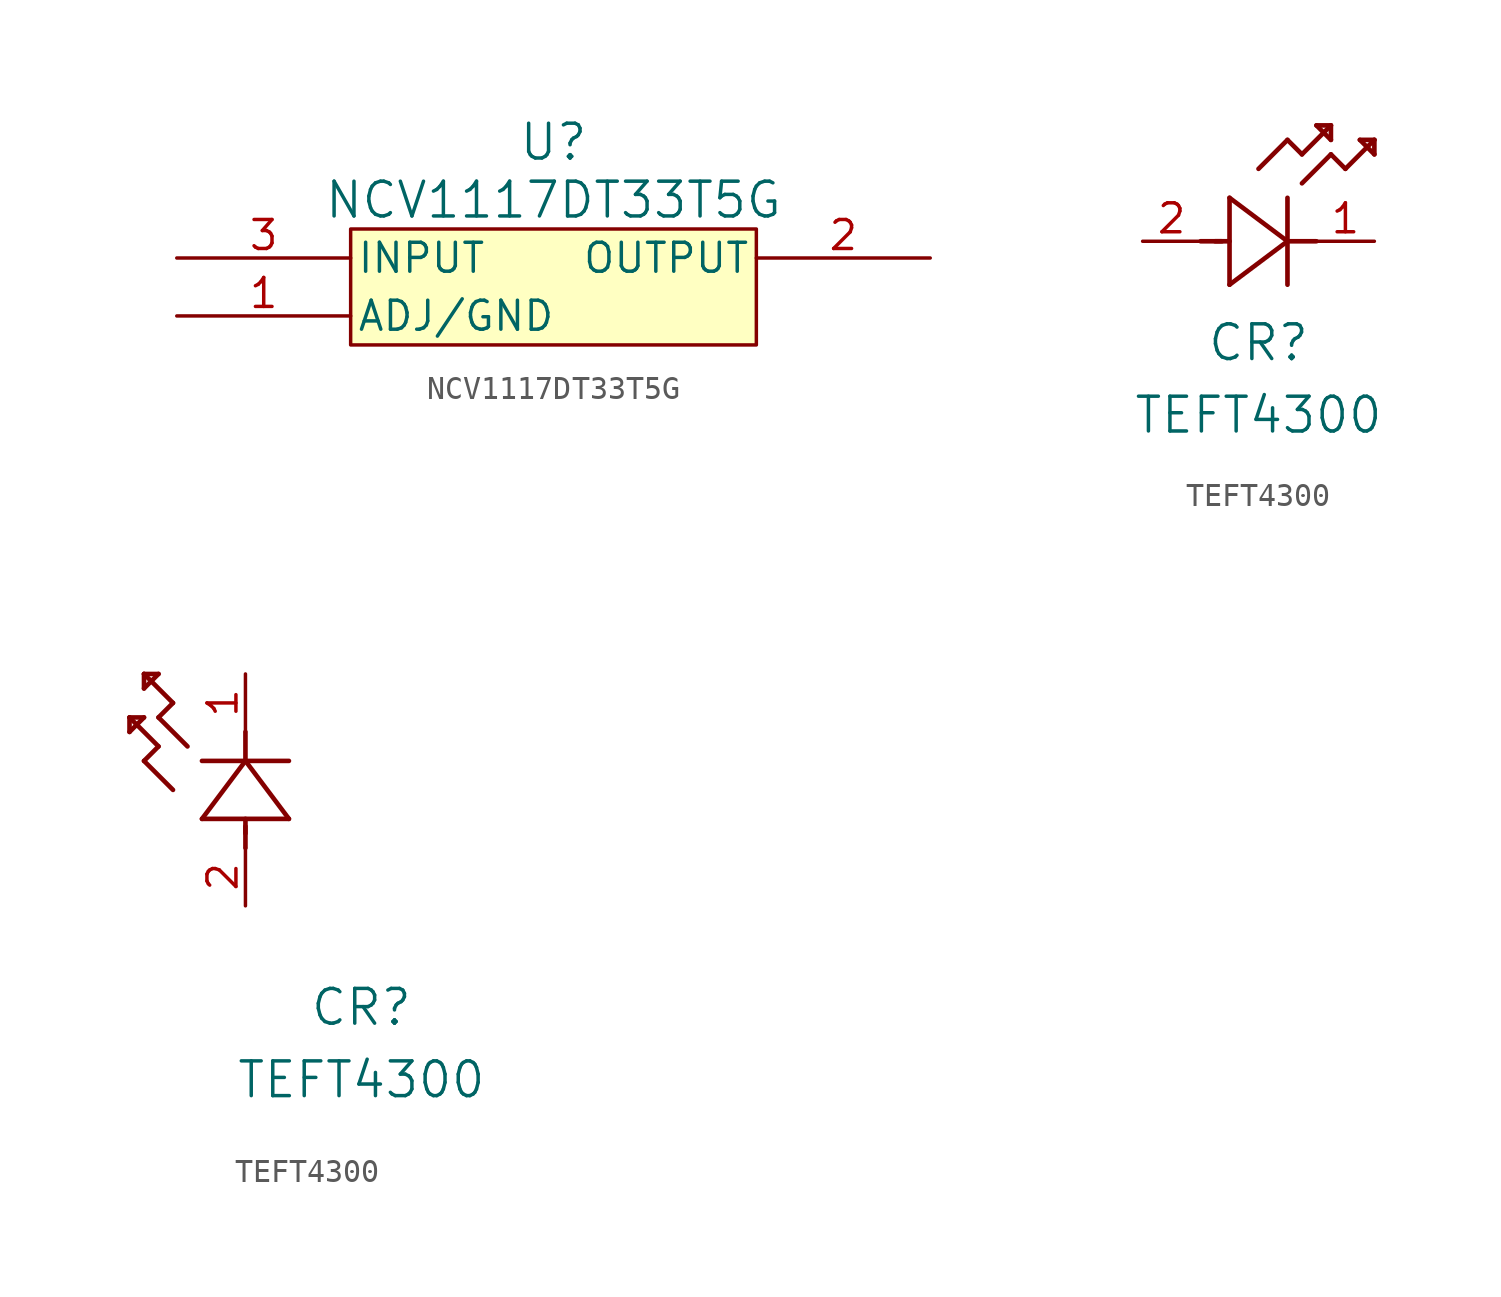
<source format=kicad_sym>
(kicad_symbol_lib
  (version 20220914)
  (generator kicad_symbol_editor)
  (symbol "NCV1117DT33T5G"
    (pin_names
      (offset 0.254))
    (property "Reference" "U"
      (at 0 6.35 0)
      (effects (font (size 1.524 1.524))))
    (property "Value" "NCV1117DT33T5G"
      (at 0 3.81 0)
      (effects (font (size 1.524 1.524))))
    (property "ki_locked" ""
      (at 0 0 0)
      (effects (font (size 1.27 1.27))))
    (symbol "NCV1117DT33T5G_0_1"
      (pin output line (at 16.51 1.27 180) (length 7.62) (name "OUTPUT" (effects (font (size 1.27 1.27)))) (number "2" (effects (font (size 1.27 1.27)))))
      (pin input line (at -16.51 1.27 0) (length 7.62) (name "INPUT" (effects (font (size 1.27 1.27)))) (number "3" (effects (font (size 1.27 1.27))))))
    (symbol "NCV1117DT33T5G_1_1"
      (rectangle (start -8.89 2.54) (end 8.89 -2.54) (stroke (width 0) (type default)) (fill (type background)))
      (pin bidirectional line (at -16.51 -1.27 0) (length 7.62) (name "ADJ/GND" (effects (font (size 1.27 1.27)))) (number "1" (effects (font (size 1.27 1.27)))))))
  (symbol "TEFT4300"
    (pin_names
      (offset 0.254))
    (property "Reference" "CR"
      (at 5.08 -4.445 0)
      (effects (font (size 1.524 1.524))))
    (property "Value" "TEFT4300"
      (at 5.08 -7.62 0)
      (effects (font (size 1.524 1.524))))
    (property "ki_locked" ""
      (at 0 0 0)
      (effects (font (size 1.27 1.27))))
    (symbol "TEFT4300_1_1"
      (polyline (pts (xy 2.54 0) (xy 3.48 0)) (stroke (width 0.203) (type default)) (fill (type none)))
      (polyline (pts (xy 3.175 0) (xy 3.81 0)) (stroke (width 0.203) (type default)) (fill (type none)))
      (polyline (pts (xy 3.81 -1.905) (xy 6.35 0)) (stroke (width 0.203) (type default)) (fill (type none)))
      (polyline (pts (xy 3.81 1.905) (xy 3.81 -1.905)) (stroke (width 0.203) (type default)) (fill (type none)))
      (polyline (pts (xy 5.08 3.175) (xy 6.35 4.445)) (stroke (width 0.203) (type default)) (fill (type none)))
      (polyline (pts (xy 6.35 -1.905) (xy 6.35 1.905)) (stroke (width 0.203) (type default)) (fill (type none)))
      (polyline (pts (xy 6.35 0) (xy 3.81 1.905)) (stroke (width 0.203) (type default)) (fill (type none)))
      (polyline (pts (xy 6.35 0) (xy 7.62 0)) (stroke (width 0.203) (type default)) (fill (type none)))
      (polyline (pts (xy 6.35 4.445) (xy 6.985 3.81)) (stroke (width 0.203) (type default)) (fill (type none)))
      (polyline (pts (xy 6.985 2.54) (xy 8.255 3.81)) (stroke (width 0.203) (type default)) (fill (type none)))
      (polyline (pts (xy 6.985 3.81) (xy 8.255 5.08)) (stroke (width 0.203) (type default)) (fill (type none)))
      (polyline (pts (xy 7.62 5.08) (xy 8.255 4.445)) (stroke (width 0.203) (type default)) (fill (type none)))
      (polyline (pts (xy 8.255 3.81) (xy 8.89 3.175)) (stroke (width 0.203) (type default)) (fill (type none)))
      (polyline (pts (xy 8.255 4.445) (xy 8.255 5.08)) (stroke (width 0.203) (type default)) (fill (type none)))
      (polyline (pts (xy 8.255 5.08) (xy 7.62 5.08)) (stroke (width 0.203) (type default)) (fill (type none)))
      (polyline (pts (xy 8.89 3.175) (xy 10.16 4.445)) (stroke (width 0.203) (type default)) (fill (type none)))
      (polyline (pts (xy 9.525 4.445) (xy 10.16 3.81)) (stroke (width 0.203) (type default)) (fill (type none)))
      (polyline (pts (xy 10.16 3.81) (xy 10.16 4.445)) (stroke (width 0.203) (type default)) (fill (type none)))
      (polyline (pts (xy 10.16 4.445) (xy 9.525 4.445)) (stroke (width 0.203) (type default)) (fill (type none)))
      (pin unspecified line (at 10.16 0 180) (length 2.54) (name "" (effects (font (size 1.27 1.27)))) (number "1" (effects (font (size 1.27 1.27)))))
      (pin unspecified line (at 0 0 0) (length 2.54) (name "" (effects (font (size 1.27 1.27)))) (number "2" (effects (font (size 1.27 1.27))))))
    (symbol "TEFT4300_1_2"
      (polyline (pts (xy -5.08 7.62) (xy -4.445 8.255)) (stroke (width 0.203) (type default)) (fill (type none)))
      (polyline (pts (xy -5.08 8.255) (xy -5.08 7.62)) (stroke (width 0.203) (type default)) (fill (type none)))
      (polyline (pts (xy -4.445 6.35) (xy -3.81 6.985)) (stroke (width 0.203) (type default)) (fill (type none)))
      (polyline (pts (xy -4.445 8.255) (xy -5.08 8.255)) (stroke (width 0.203) (type default)) (fill (type none)))
      (polyline (pts (xy -4.445 9.525) (xy -3.81 10.16)) (stroke (width 0.203) (type default)) (fill (type none)))
      (polyline (pts (xy -4.445 10.16) (xy -4.445 9.525)) (stroke (width 0.203) (type default)) (fill (type none)))
      (polyline (pts (xy -3.81 6.985) (xy -5.08 8.255)) (stroke (width 0.203) (type default)) (fill (type none)))
      (polyline (pts (xy -3.81 8.255) (xy -3.175 8.89)) (stroke (width 0.203) (type default)) (fill (type none)))
      (polyline (pts (xy -3.81 10.16) (xy -4.445 10.16)) (stroke (width 0.203) (type default)) (fill (type none)))
      (polyline (pts (xy -3.175 5.08) (xy -4.445 6.35)) (stroke (width 0.203) (type default)) (fill (type none)))
      (polyline (pts (xy -3.175 8.89) (xy -4.445 10.16)) (stroke (width 0.203) (type default)) (fill (type none)))
      (polyline (pts (xy -2.54 6.985) (xy -3.81 8.255)) (stroke (width 0.203) (type default)) (fill (type none)))
      (polyline (pts (xy -1.905 3.81) (xy 1.905 3.81)) (stroke (width 0.203) (type default)) (fill (type none)))
      (polyline (pts (xy 0 2.54) (xy 0 3.48)) (stroke (width 0.203) (type default)) (fill (type none)))
      (polyline (pts (xy 0 3.175) (xy 0 3.81)) (stroke (width 0.203) (type default)) (fill (type none)))
      (polyline (pts (xy 0 6.35) (xy -1.905 3.81)) (stroke (width 0.203) (type default)) (fill (type none)))
      (polyline (pts (xy 0 6.35) (xy 0 7.62)) (stroke (width 0.203) (type default)) (fill (type none)))
      (polyline (pts (xy 1.905 3.81) (xy 0 6.35)) (stroke (width 0.203) (type default)) (fill (type none)))
      (polyline (pts (xy 1.905 6.35) (xy -1.905 6.35)) (stroke (width 0.203) (type default)) (fill (type none)))
      (pin unspecified line (at 0 10.16 270) (length 2.54) (name "" (effects (font (size 1.27 1.27)))) (number "1" (effects (font (size 1.27 1.27)))))
      (pin unspecified line (at 0 0 90) (length 2.54) (name "" (effects (font (size 1.27 1.27)))) (number "2" (effects (font (size 1.27 1.27))))))))
</source>
